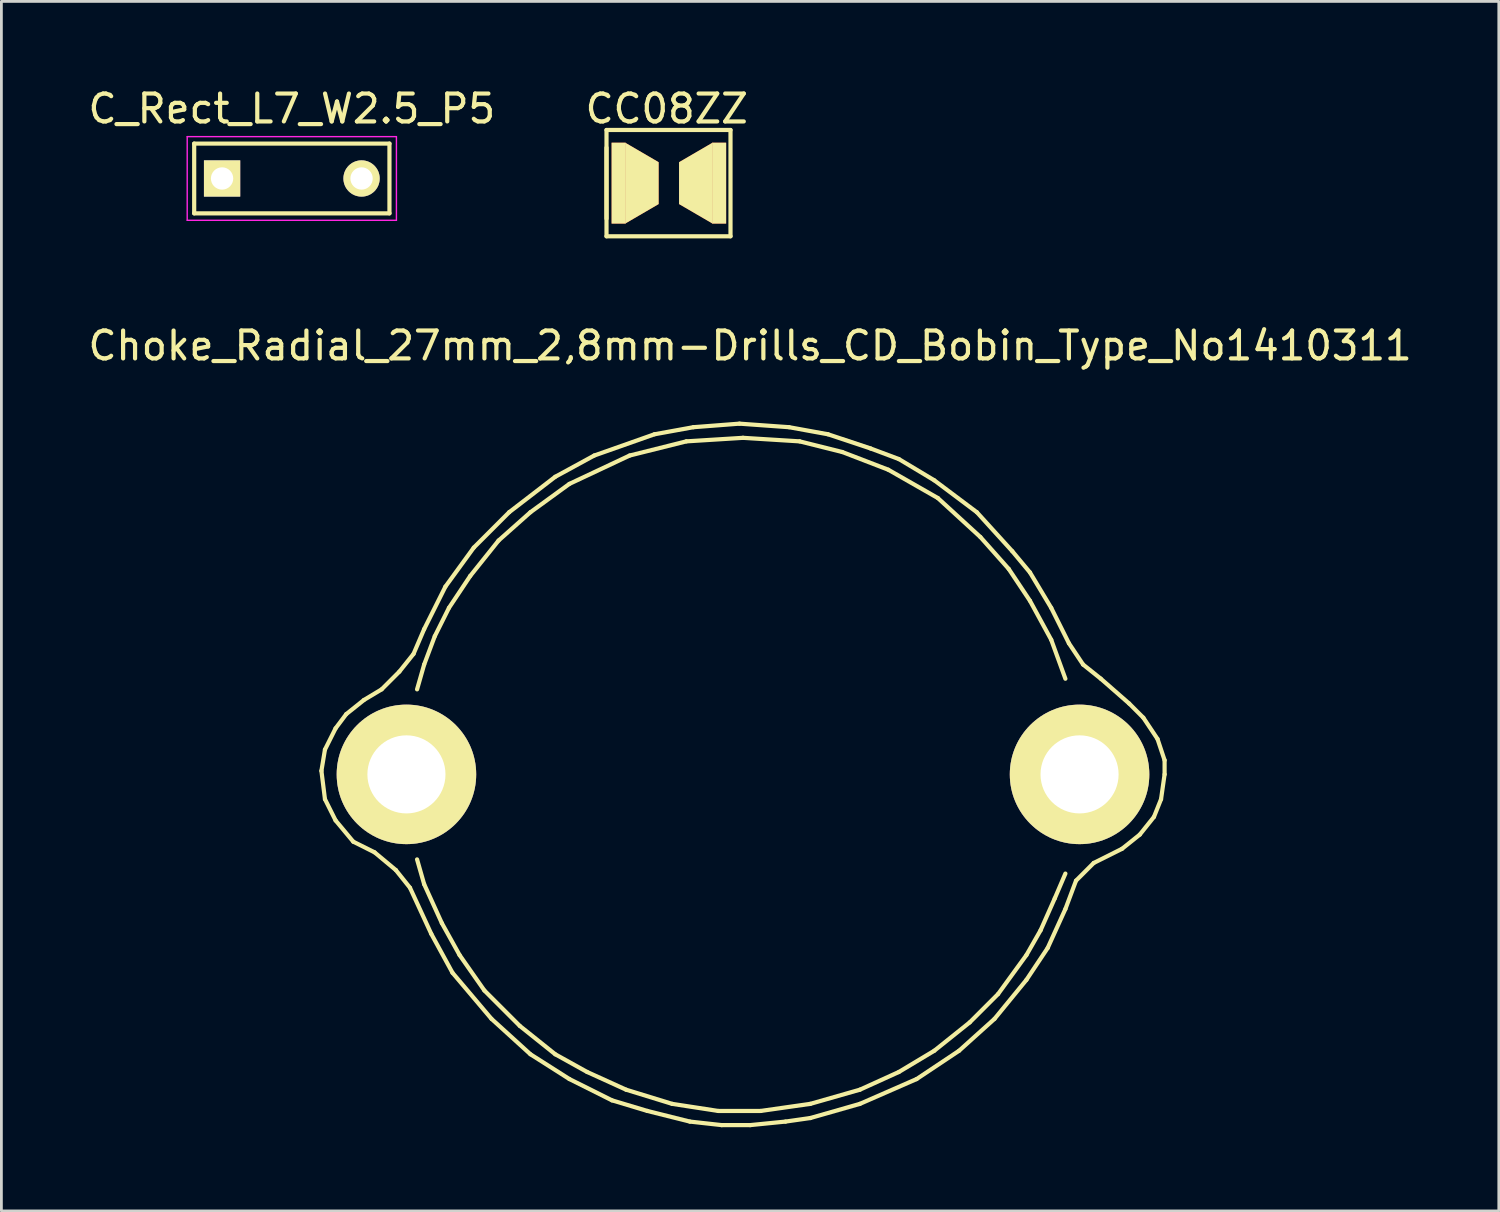
<source format=kicad_pcb>
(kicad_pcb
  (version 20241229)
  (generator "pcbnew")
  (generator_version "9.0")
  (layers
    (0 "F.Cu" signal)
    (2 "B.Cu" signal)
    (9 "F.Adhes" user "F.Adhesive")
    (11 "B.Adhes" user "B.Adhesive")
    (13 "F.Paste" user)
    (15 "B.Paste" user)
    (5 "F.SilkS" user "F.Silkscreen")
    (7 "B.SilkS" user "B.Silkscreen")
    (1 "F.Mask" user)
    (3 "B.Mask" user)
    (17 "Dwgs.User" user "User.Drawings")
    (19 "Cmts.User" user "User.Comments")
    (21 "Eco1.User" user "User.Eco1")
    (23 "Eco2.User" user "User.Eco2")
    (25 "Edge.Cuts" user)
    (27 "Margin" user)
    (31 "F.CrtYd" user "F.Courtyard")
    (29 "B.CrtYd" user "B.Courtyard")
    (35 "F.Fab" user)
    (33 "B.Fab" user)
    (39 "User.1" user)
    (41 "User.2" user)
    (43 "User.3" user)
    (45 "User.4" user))
  (footprint "C_Rect_L7_W2.5_P5"
    (layer "F.Cu")
    (at 4.911 3.348)
    (property "Reference" "C_Rect_L7_W2.5_P5" (at 2.5 -2.5 0) (layer "F.SilkS") (effects (font (size 1 1) (thickness 0.15))))
    (attr through_hole)
    (fp_line (start -1 -1.25) (end 6 -1.25) (stroke (width 0.15) (type solid)) (layer "F.SilkS"))
    (fp_line (start -1 1.25) (end -1 -1.25) (stroke (width 0.15) (type solid)) (layer "F.SilkS"))
    (fp_line (start 6 -1.25) (end 6 1.25) (stroke (width 0.15) (type solid)) (layer "F.SilkS"))
    (fp_line (start 6 1.25) (end -1 1.25) (stroke (width 0.15) (type solid)) (layer "F.SilkS"))
    (fp_line (start -1.25 -1.5) (end 6.25 -1.5) (stroke (width 0.05) (type solid)) (layer "F.CrtYd"))
    (fp_line (start -1.25 1.5) (end -1.25 -1.5) (stroke (width 0.05) (type solid)) (layer "F.CrtYd"))
    (fp_line (start 6.25 -1.5) (end 6.25 1.5) (stroke (width 0.05) (type solid)) (layer "F.CrtYd"))
    (fp_line (start 6.25 1.5) (end -1.25 1.5) (stroke (width 0.05) (type solid)) (layer "F.CrtYd"))
    (pad "1" thru_hole rect (at 0 0) (size 1.3 1.3) (drill 0.8) (layers "*.Cu" "*.Mask" "F.SilkS"))
    (pad "2" thru_hole circle (at 5 0) (size 1.3 1.3) (drill 0.8) (layers "*.Cu" "*.Mask" "F.SilkS")))
  (footprint "CC08ZZ"
    (layer "F.Cu")
    (at 21.232 3.515)
    (property "Reference" "CC08ZZ" (at -0.381 -2.667 0) (layer "F.SilkS") (effects (font (size 1 1) (thickness 0.15))))
    (attr through_hole)
    (fp_line (start -2.54 -1.905) (end 1.905 -1.905) (stroke (width 0.15) (type solid)) (layer "F.SilkS"))
    (fp_line (start -2.54 1.27) (end -2.54 -1.27) (stroke (width 0.15) (type solid)) (layer "F.SilkS"))
    (fp_line (start -2.54 1.905) (end -2.54 -1.905) (stroke (width 0.15) (type solid)) (layer "F.SilkS"))
    (fp_line (start -2.54 1.905) (end 1.905 1.905) (stroke (width 0.15) (type solid)) (layer "F.SilkS"))
    (fp_line (start 1.905 -1.905) (end 1.905 1.905) (stroke (width 0.15) (type solid)) (layer "F.SilkS"))
    (pad "1" smd rect (at -2.108 0) (size 0.5 2.901) (layers "F.Cu" "F.Mask" "F.SilkS" "F.Paste"))
    (pad "1" smd trapezoid (at -1.27 0) (size 1.199 2.2) (rect_delta 0.699 0) (layers "F.Cu" "F.Mask" "F.SilkS" "F.Paste"))
    (pad "2" smd trapezoid (at 0.66 0) (size 1.199 2.2) (rect_delta -0.699 0) (layers "F.Cu" "F.Mask" "F.SilkS" "F.Paste"))
    (pad "2" smd rect (at 1.499 0) (size 0.5 2.901) (layers "F.Cu" "F.Mask" "F.SilkS" "F.Paste")))
  (footprint "Choke_Radial_27mm_2,8mm-Drills_CD_Bobin_Type_No1410311"
    (layer "F.Cu")
    (at 23.585 24.71)
    (property "Reference" "Choke_Radial_27mm_2,8mm-Drills_CD_Bobin_Type_No1410311" (at 0.254 -15.367 0) (layer "F.SilkS") (effects (font (size 1 1) (thickness 0.15))))
    (attr through_hole)
    (fp_line (start -15.113 -0.127) (end -14.986 -0.889) (stroke (width 0.15) (type solid)) (layer "F.SilkS"))
    (fp_line (start -14.986 -0.889) (end -14.605 -1.651) (stroke (width 0.15) (type solid)) (layer "F.SilkS"))
    (fp_line (start -14.986 0.889) (end -15.113 -0.127) (stroke (width 0.15) (type solid)) (layer "F.SilkS"))
    (fp_line (start -14.605 -1.651) (end -14.224 -2.159) (stroke (width 0.15) (type solid)) (layer "F.SilkS"))
    (fp_line (start -14.605 1.651) (end -14.986 0.889) (stroke (width 0.15) (type solid)) (layer "F.SilkS"))
    (fp_line (start -14.224 -2.159) (end -13.589 -2.667) (stroke (width 0.15) (type solid)) (layer "F.SilkS"))
    (fp_line (start -13.97 2.413) (end -14.605 1.651) (stroke (width 0.15) (type solid)) (layer "F.SilkS"))
    (fp_line (start -13.589 -2.667) (end -12.954 -3.048) (stroke (width 0.15) (type solid)) (layer "F.SilkS"))
    (fp_line (start -13.208 2.794) (end -13.97 2.413) (stroke (width 0.15) (type solid)) (layer "F.SilkS"))
    (fp_line (start -12.954 -3.048) (end -12.319 -3.683) (stroke (width 0.15) (type solid)) (layer "F.SilkS"))
    (fp_line (start -12.446 3.429) (end -13.208 2.794) (stroke (width 0.15) (type solid)) (layer "F.SilkS"))
    (fp_line (start -12.319 -3.683) (end -11.811 -4.318) (stroke (width 0.15) (type solid)) (layer "F.SilkS"))
    (fp_line (start -11.938 4.064) (end -12.446 3.429) (stroke (width 0.15) (type solid)) (layer "F.SilkS"))
    (fp_line (start -11.811 -4.318) (end -11.43 -5.207) (stroke (width 0.15) (type solid)) (layer "F.SilkS"))
    (fp_line (start -11.684 -3.048) (end -11.43 -3.937) (stroke (width 0.15) (type solid)) (layer "F.SilkS"))
    (fp_line (start -11.43 -5.207) (end -10.668 -6.731) (stroke (width 0.15) (type solid)) (layer "F.SilkS"))
    (fp_line (start -11.43 -3.937) (end -11.049 -4.953) (stroke (width 0.15) (type solid)) (layer "F.SilkS"))
    (fp_line (start -11.43 3.937) (end -11.684 3.048) (stroke (width 0.15) (type solid)) (layer "F.SilkS"))
    (fp_line (start -11.176 5.715) (end -11.938 4.064) (stroke (width 0.15) (type solid)) (layer "F.SilkS"))
    (fp_line (start -11.049 -4.953) (end -10.541 -5.969) (stroke (width 0.15) (type solid)) (layer "F.SilkS"))
    (fp_line (start -10.795 5.334) (end -11.43 3.937) (stroke (width 0.15) (type solid)) (layer "F.SilkS"))
    (fp_line (start -10.668 -6.731) (end -9.652 -8.128) (stroke (width 0.15) (type solid)) (layer "F.SilkS"))
    (fp_line (start -10.541 -5.969) (end -9.779 -7.112) (stroke (width 0.15) (type solid)) (layer "F.SilkS"))
    (fp_line (start -10.414 7.112) (end -11.176 5.715) (stroke (width 0.15) (type solid)) (layer "F.SilkS"))
    (fp_line (start -10.16 6.477) (end -10.795 5.334) (stroke (width 0.15) (type solid)) (layer "F.SilkS"))
    (fp_line (start -9.779 -7.112) (end -8.763 -8.382) (stroke (width 0.15) (type solid)) (layer "F.SilkS"))
    (fp_line (start -9.652 -8.128) (end -8.382 -9.398) (stroke (width 0.15) (type solid)) (layer "F.SilkS"))
    (fp_line (start -9.271 7.747) (end -10.16 6.477) (stroke (width 0.15) (type solid)) (layer "F.SilkS"))
    (fp_line (start -9.017 8.763) (end -10.414 7.112) (stroke (width 0.15) (type solid)) (layer "F.SilkS"))
    (fp_line (start -8.763 -8.382) (end -7.62 -9.398) (stroke (width 0.15) (type solid)) (layer "F.SilkS"))
    (fp_line (start -8.382 -9.398) (end -6.731 -10.668) (stroke (width 0.15) (type solid)) (layer "F.SilkS"))
    (fp_line (start -8.001 9.017) (end -9.271 7.747) (stroke (width 0.15) (type solid)) (layer "F.SilkS"))
    (fp_line (start -7.62 -9.398) (end -6.223 -10.414) (stroke (width 0.15) (type solid)) (layer "F.SilkS"))
    (fp_line (start -7.62 10.033) (end -9.017 8.763) (stroke (width 0.15) (type solid)) (layer "F.SilkS"))
    (fp_line (start -6.731 -10.668) (end -5.334 -11.43) (stroke (width 0.15) (type solid)) (layer "F.SilkS"))
    (fp_line (start -6.731 10.033) (end -8.001 9.017) (stroke (width 0.15) (type solid)) (layer "F.SilkS"))
    (fp_line (start -6.223 -10.414) (end -4.064 -11.43) (stroke (width 0.15) (type solid)) (layer "F.SilkS"))
    (fp_line (start -6.223 10.922) (end -7.62 10.033) (stroke (width 0.15) (type solid)) (layer "F.SilkS"))
    (fp_line (start -5.588 10.668) (end -6.731 10.033) (stroke (width 0.15) (type solid)) (layer "F.SilkS"))
    (fp_line (start -5.334 -11.43) (end -3.175 -12.192) (stroke (width 0.15) (type solid)) (layer "F.SilkS"))
    (fp_line (start -4.699 11.684) (end -6.223 10.922) (stroke (width 0.15) (type solid)) (layer "F.SilkS"))
    (fp_line (start -4.191 11.303) (end -5.588 10.668) (stroke (width 0.15) (type solid)) (layer "F.SilkS"))
    (fp_line (start -4.064 -11.43) (end -2.032 -11.938) (stroke (width 0.15) (type solid)) (layer "F.SilkS"))
    (fp_line (start -3.429 12.065) (end -4.699 11.684) (stroke (width 0.15) (type solid)) (layer "F.SilkS"))
    (fp_line (start -3.175 -12.192) (end -1.778 -12.446) (stroke (width 0.15) (type solid)) (layer "F.SilkS"))
    (fp_line (start -2.54 11.811) (end -4.191 11.303) (stroke (width 0.15) (type solid)) (layer "F.SilkS"))
    (fp_line (start -2.032 -11.938) (end 0 -12.065) (stroke (width 0.15) (type solid)) (layer "F.SilkS"))
    (fp_line (start -1.905 12.446) (end -3.429 12.065) (stroke (width 0.15) (type solid)) (layer "F.SilkS"))
    (fp_line (start -1.778 -12.446) (end -0.127 -12.573) (stroke (width 0.15) (type solid)) (layer "F.SilkS"))
    (fp_line (start -0.889 12.065) (end -2.54 11.811) (stroke (width 0.15) (type solid)) (layer "F.SilkS"))
    (fp_line (start -0.762 12.573) (end -1.905 12.446) (stroke (width 0.15) (type solid)) (layer "F.SilkS"))
    (fp_line (start -0.127 -12.573) (end 1.651 -12.446) (stroke (width 0.15) (type solid)) (layer "F.SilkS"))
    (fp_line (start 0 -12.065) (end 2.032 -11.938) (stroke (width 0.15) (type solid)) (layer "F.SilkS"))
    (fp_line (start 0.254 12.573) (end -0.762 12.573) (stroke (width 0.15) (type solid)) (layer "F.SilkS"))
    (fp_line (start 0.635 12.065) (end -0.889 12.065) (stroke (width 0.15) (type solid)) (layer "F.SilkS"))
    (fp_line (start 1.524 12.446) (end 0.254 12.573) (stroke (width 0.15) (type solid)) (layer "F.SilkS"))
    (fp_line (start 1.651 -12.446) (end 3.048 -12.192) (stroke (width 0.15) (type solid)) (layer "F.SilkS"))
    (fp_line (start 2.032 -11.938) (end 3.556 -11.557) (stroke (width 0.15) (type solid)) (layer "F.SilkS"))
    (fp_line (start 2.413 11.811) (end 0.635 12.065) (stroke (width 0.15) (type solid)) (layer "F.SilkS"))
    (fp_line (start 2.413 12.319) (end 1.524 12.446) (stroke (width 0.15) (type solid)) (layer "F.SilkS"))
    (fp_line (start 3.048 -12.192) (end 4.572 -11.684) (stroke (width 0.15) (type solid)) (layer "F.SilkS"))
    (fp_line (start 3.556 -11.557) (end 5.207 -10.922) (stroke (width 0.15) (type solid)) (layer "F.SilkS"))
    (fp_line (start 4.191 11.303) (end 2.413 11.811) (stroke (width 0.15) (type solid)) (layer "F.SilkS"))
    (fp_line (start 4.191 11.811) (end 2.413 12.319) (stroke (width 0.15) (type solid)) (layer "F.SilkS"))
    (fp_line (start 4.572 -11.684) (end 5.588 -11.303) (stroke (width 0.15) (type solid)) (layer "F.SilkS"))
    (fp_line (start 5.207 -10.922) (end 6.985 -9.906) (stroke (width 0.15) (type solid)) (layer "F.SilkS"))
    (fp_line (start 5.588 -11.303) (end 6.858 -10.541) (stroke (width 0.15) (type solid)) (layer "F.SilkS"))
    (fp_line (start 5.588 10.668) (end 4.191 11.303) (stroke (width 0.15) (type solid)) (layer "F.SilkS"))
    (fp_line (start 6.223 10.922) (end 4.191 11.811) (stroke (width 0.15) (type solid)) (layer "F.SilkS"))
    (fp_line (start 6.858 -10.541) (end 8.382 -9.398) (stroke (width 0.15) (type solid)) (layer "F.SilkS"))
    (fp_line (start 6.858 9.906) (end 5.588 10.668) (stroke (width 0.15) (type solid)) (layer "F.SilkS"))
    (fp_line (start 6.985 -9.906) (end 8.509 -8.509) (stroke (width 0.15) (type solid)) (layer "F.SilkS"))
    (fp_line (start 7.747 9.906) (end 6.223 10.922) (stroke (width 0.15) (type solid)) (layer "F.SilkS"))
    (fp_line (start 8.128 8.89) (end 6.858 9.906) (stroke (width 0.15) (type solid)) (layer "F.SilkS"))
    (fp_line (start 8.382 -9.398) (end 9.652 -8.001) (stroke (width 0.15) (type solid)) (layer "F.SilkS"))
    (fp_line (start 8.509 -8.509) (end 9.525 -7.366) (stroke (width 0.15) (type solid)) (layer "F.SilkS"))
    (fp_line (start 9.017 8.763) (end 7.747 9.906) (stroke (width 0.15) (type solid)) (layer "F.SilkS"))
    (fp_line (start 9.144 7.874) (end 8.128 8.89) (stroke (width 0.15) (type solid)) (layer "F.SilkS"))
    (fp_line (start 9.525 -7.366) (end 10.287 -6.223) (stroke (width 0.15) (type solid)) (layer "F.SilkS"))
    (fp_line (start 9.652 -8.001) (end 10.287 -7.239) (stroke (width 0.15) (type solid)) (layer "F.SilkS"))
    (fp_line (start 10.16 6.477) (end 9.144 7.874) (stroke (width 0.15) (type solid)) (layer "F.SilkS"))
    (fp_line (start 10.16 7.366) (end 9.017 8.763) (stroke (width 0.15) (type solid)) (layer "F.SilkS"))
    (fp_line (start 10.287 -7.239) (end 11.049 -5.969) (stroke (width 0.15) (type solid)) (layer "F.SilkS"))
    (fp_line (start 10.287 -6.223) (end 11.049 -4.826) (stroke (width 0.15) (type solid)) (layer "F.SilkS"))
    (fp_line (start 10.668 5.588) (end 10.16 6.477) (stroke (width 0.15) (type solid)) (layer "F.SilkS"))
    (fp_line (start 10.922 6.223) (end 10.16 7.366) (stroke (width 0.15) (type solid)) (layer "F.SilkS"))
    (fp_line (start 11.049 -5.969) (end 11.684 -4.699) (stroke (width 0.15) (type solid)) (layer "F.SilkS"))
    (fp_line (start 11.049 -4.826) (end 11.557 -3.429) (stroke (width 0.15) (type solid)) (layer "F.SilkS"))
    (fp_line (start 11.176 4.445) (end 10.668 5.588) (stroke (width 0.15) (type solid)) (layer "F.SilkS"))
    (fp_line (start 11.557 3.556) (end 11.176 4.445) (stroke (width 0.15) (type solid)) (layer "F.SilkS"))
    (fp_line (start 11.557 4.826) (end 10.922 6.223) (stroke (width 0.15) (type solid)) (layer "F.SilkS"))
    (fp_line (start 11.684 -4.699) (end 12.192 -3.937) (stroke (width 0.15) (type solid)) (layer "F.SilkS"))
    (fp_line (start 11.938 3.81) (end 11.557 4.826) (stroke (width 0.15) (type solid)) (layer "F.SilkS"))
    (fp_line (start 12.192 -3.937) (end 12.827 -3.429) (stroke (width 0.15) (type solid)) (layer "F.SilkS"))
    (fp_line (start 12.573 3.175) (end 11.938 3.81) (stroke (width 0.15) (type solid)) (layer "F.SilkS"))
    (fp_line (start 12.827 -3.429) (end 13.843 -2.54) (stroke (width 0.15) (type solid)) (layer "F.SilkS"))
    (fp_line (start 13.589 2.667) (end 12.573 3.175) (stroke (width 0.15) (type solid)) (layer "F.SilkS"))
    (fp_line (start 13.843 -2.54) (end 14.351 -2.032) (stroke (width 0.15) (type solid)) (layer "F.SilkS"))
    (fp_line (start 14.224 2.159) (end 13.589 2.667) (stroke (width 0.15) (type solid)) (layer "F.SilkS"))
    (fp_line (start 14.351 -2.032) (end 14.859 -1.27) (stroke (width 0.15) (type solid)) (layer "F.SilkS"))
    (fp_line (start 14.732 1.524) (end 14.224 2.159) (stroke (width 0.15) (type solid)) (layer "F.SilkS"))
    (fp_line (start 14.859 -1.27) (end 15.113 -0.508) (stroke (width 0.15) (type solid)) (layer "F.SilkS"))
    (fp_line (start 14.986 0.889) (end 14.732 1.524) (stroke (width 0.15) (type solid)) (layer "F.SilkS"))
    (fp_line (start 15.113 -0.508) (end 15.113 0) (stroke (width 0.15) (type solid)) (layer "F.SilkS"))
    (fp_line (start 15.113 0) (end 14.986 0.889) (stroke (width 0.15) (type solid)) (layer "F.SilkS"))
    (pad "1" thru_hole circle (at 12.065 0) (size 5.001 5.001) (drill 2.799) (layers "*.Cu" "*.Mask" "F.SilkS"))
    (pad "2" thru_hole circle (at -12.065 0) (size 5.001 5.001) (drill 2.799) (layers "*.Cu" "*.Mask" "F.SilkS")))
  (gr_rect
    (start -3 -3)
    (end 50.679 40.358)
    (stroke (width 0.1) (type default))
    (fill no)
    (layer "Edge.Cuts")))
</source>
